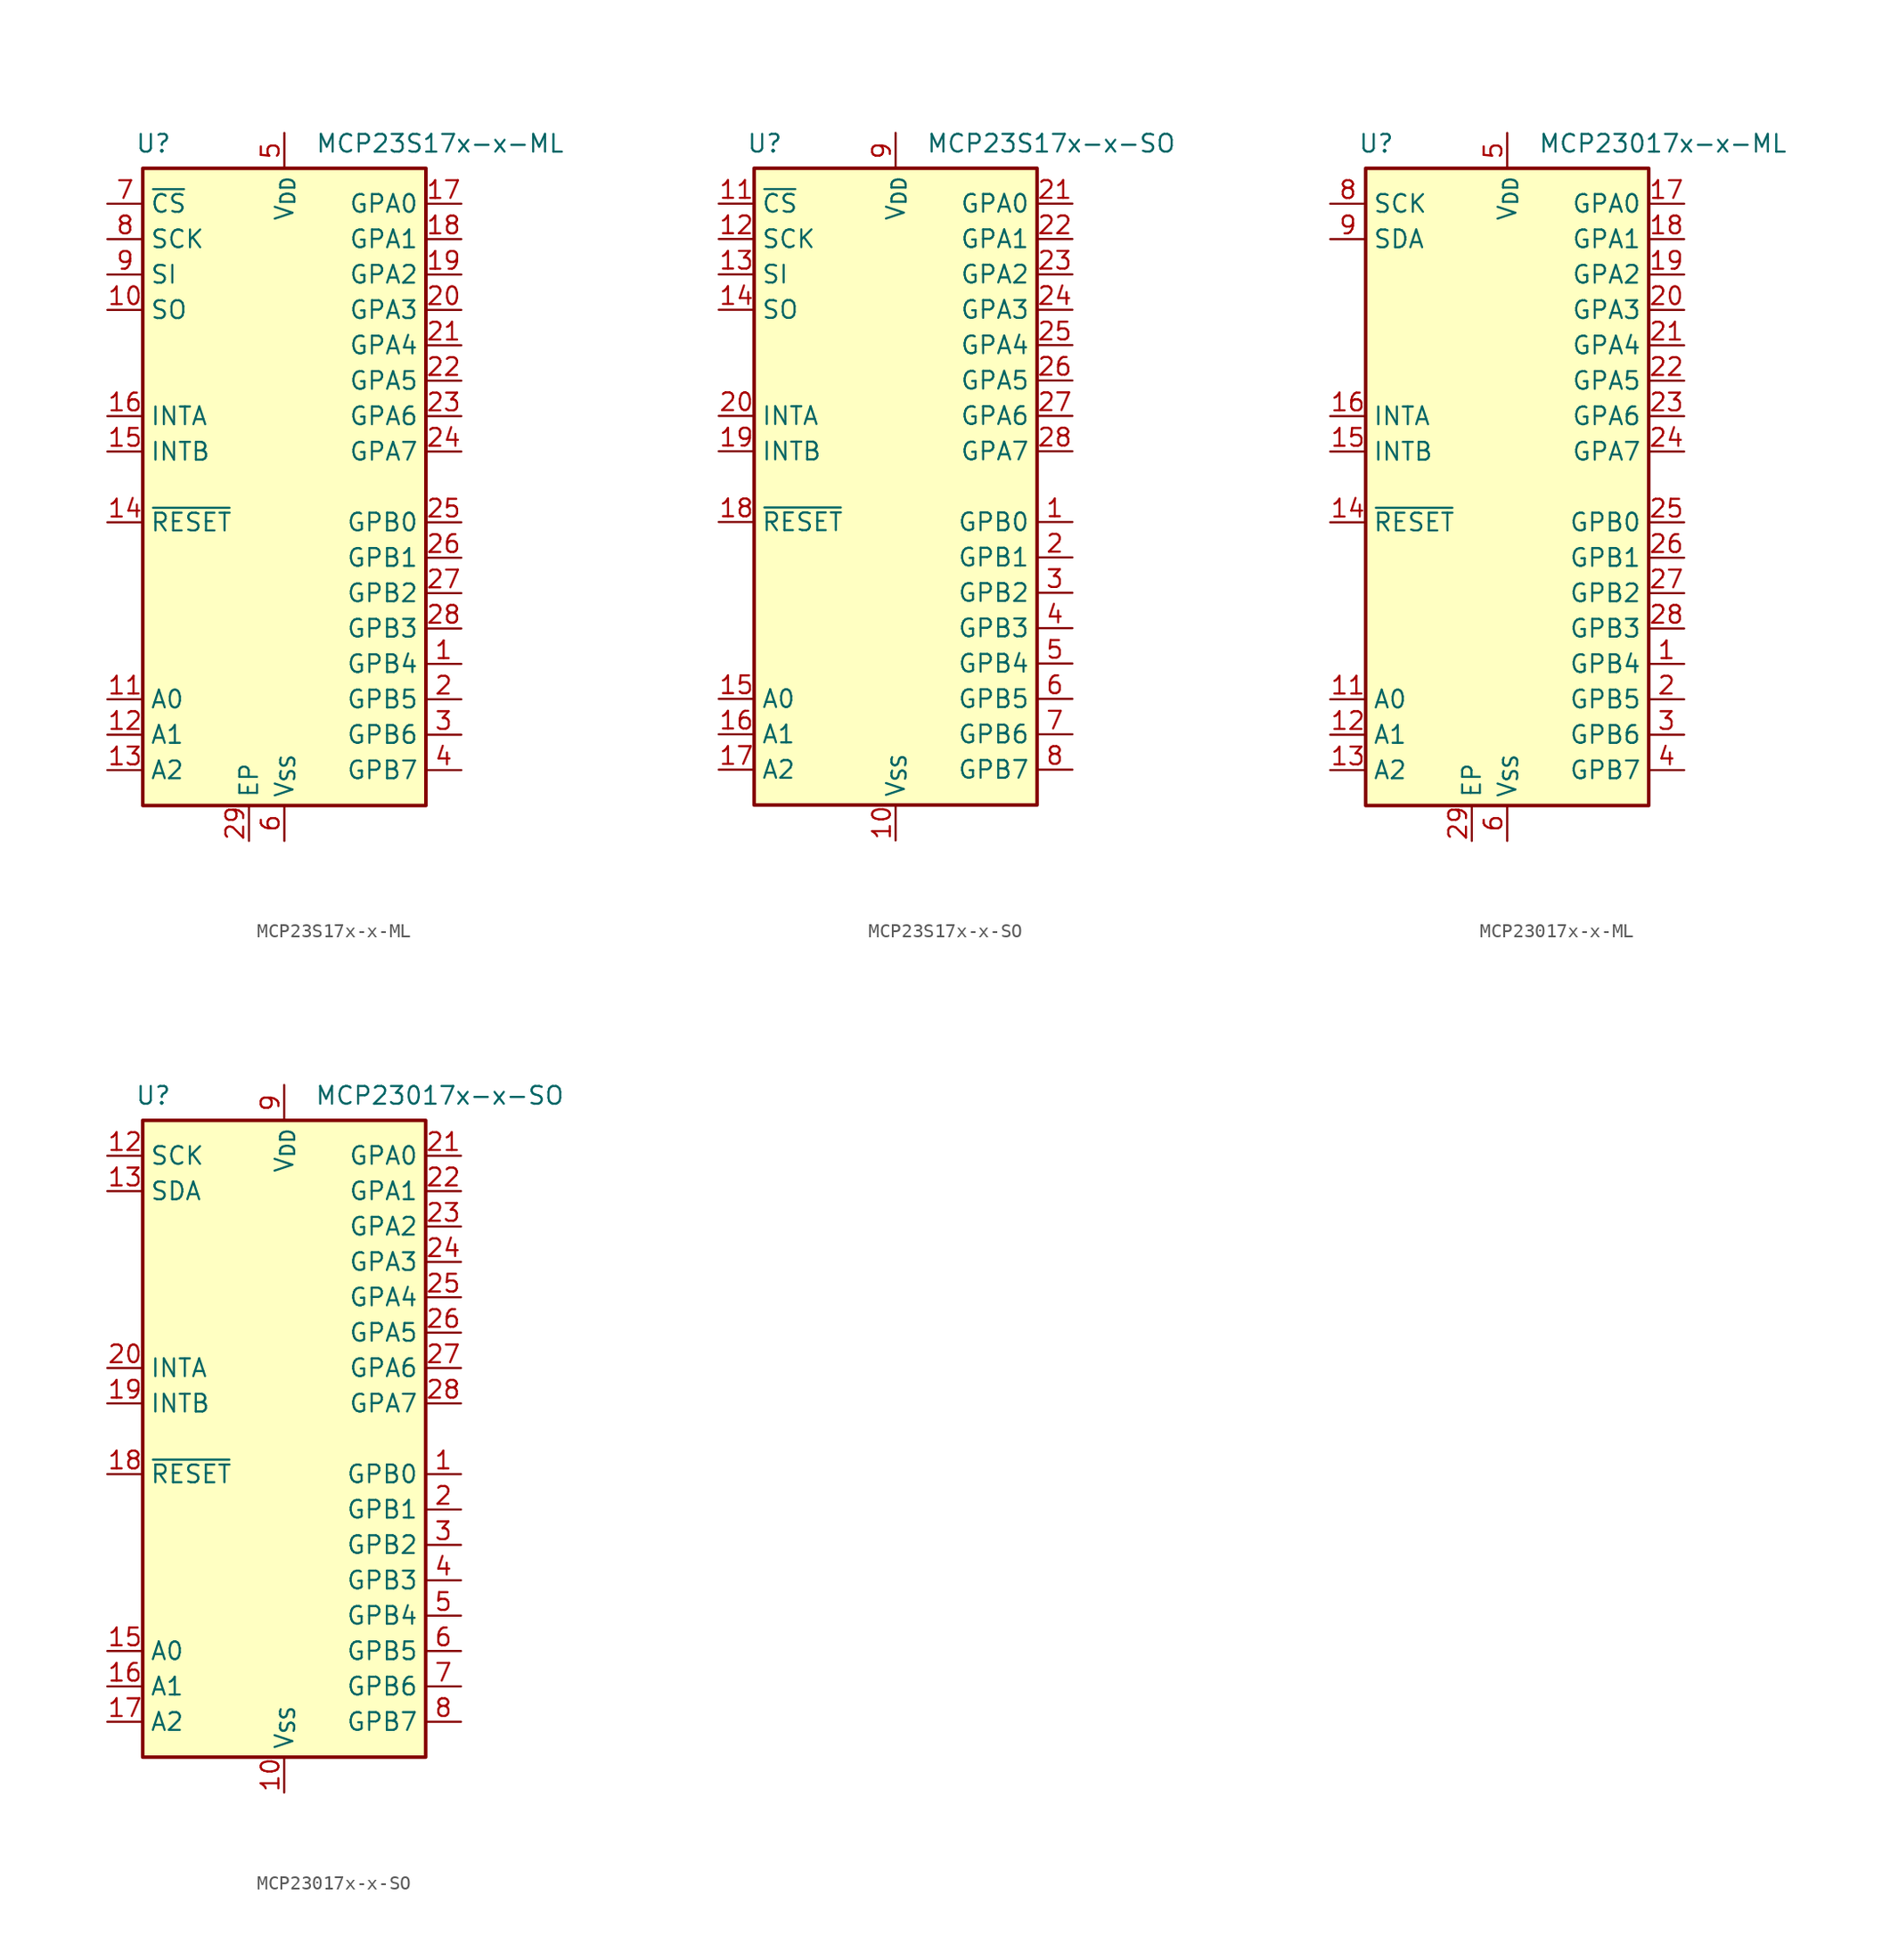
<source format=kicad_sym>
(kicad_symbol_lib
  (version 20241209)
  (generator "kicad_symbol_editor")
  (generator_version "9.0")
  (symbol "MCP23S17x-x-ML"
    (property "Reference" "U"
      (at -9.398 24.638 0)
      (effects (font (size 1.27 1.27))))
    (property "Value" "MCP23S17x-x-ML"
      (at 11.176 24.638 0)
      (effects (font (size 1.27 1.27))))
    (symbol "MCP23S17x-x-ML_0_1"
      (rectangle (start -10.16 22.86) (end 10.16 -22.86) (stroke (width 0.254) (type default)) (fill (type background))))
    (symbol "MCP23S17x-x-ML_1_1"
      (pin input line (at -12.7 20.32 0) (length 2.54) (name "~{CS}" (effects (font (size 1.27 1.27)))) (number "7" (effects (font (size 1.27 1.27)))))
      (pin input line (at -12.7 17.78 0) (length 2.54) (name "SCK" (effects (font (size 1.27 1.27)))) (number "8" (effects (font (size 1.27 1.27)))))
      (pin input line (at -12.7 15.24 0) (length 2.54) (name "SI" (effects (font (size 1.27 1.27)))) (number "9" (effects (font (size 1.27 1.27)))))
      (pin output line (at -12.7 12.7 0) (length 2.54) (name "SO" (effects (font (size 1.27 1.27)))) (number "10" (effects (font (size 1.27 1.27)))))
      (pin tri_state line (at -12.7 5.08 0) (length 2.54) (name "INTA" (effects (font (size 1.27 1.27)))) (number "16" (effects (font (size 1.27 1.27)))))
      (pin tri_state line (at -12.7 2.54 0) (length 2.54) (name "INTB" (effects (font (size 1.27 1.27)))) (number "15" (effects (font (size 1.27 1.27)))))
      (pin input line (at -12.7 -2.54 0) (length 2.54) (name "~{RESET}" (effects (font (size 1.27 1.27)))) (number "14" (effects (font (size 1.27 1.27)))))
      (pin input line (at -12.7 -15.24 0) (length 2.54) (name "A0" (effects (font (size 1.27 1.27)))) (number "11" (effects (font (size 1.27 1.27)))))
      (pin input line (at -12.7 -17.78 0) (length 2.54) (name "A1" (effects (font (size 1.27 1.27)))) (number "12" (effects (font (size 1.27 1.27)))))
      (pin input line (at -12.7 -20.32 0) (length 2.54) (name "A2" (effects (font (size 1.27 1.27)))) (number "13" (effects (font (size 1.27 1.27)))))
      (pin passive line (at -2.54 -25.4 90) (length 2.54) (name "EP" (effects (font (size 1.27 1.27)))) (number "29" (effects (font (size 1.27 1.27)))))
      (pin power_in line (at 0 25.4 270) (length 2.54) (name "V_{DD}" (effects (font (size 1.27 1.27)))) (number "5" (effects (font (size 1.27 1.27)))))
      (pin power_in line (at 0 -25.4 90) (length 2.54) (name "V_{SS}" (effects (font (size 1.27 1.27)))) (number "6" (effects (font (size 1.27 1.27)))))
      (pin bidirectional line (at 12.7 20.32 180) (length 2.54) (name "GPA0" (effects (font (size 1.27 1.27)))) (number "17" (effects (font (size 1.27 1.27)))))
      (pin bidirectional line (at 12.7 17.78 180) (length 2.54) (name "GPA1" (effects (font (size 1.27 1.27)))) (number "18" (effects (font (size 1.27 1.27)))))
      (pin bidirectional line (at 12.7 15.24 180) (length 2.54) (name "GPA2" (effects (font (size 1.27 1.27)))) (number "19" (effects (font (size 1.27 1.27)))))
      (pin bidirectional line (at 12.7 12.7 180) (length 2.54) (name "GPA3" (effects (font (size 1.27 1.27)))) (number "20" (effects (font (size 1.27 1.27)))))
      (pin bidirectional line (at 12.7 10.16 180) (length 2.54) (name "GPA4" (effects (font (size 1.27 1.27)))) (number "21" (effects (font (size 1.27 1.27)))))
      (pin bidirectional line (at 12.7 7.62 180) (length 2.54) (name "GPA5" (effects (font (size 1.27 1.27)))) (number "22" (effects (font (size 1.27 1.27)))))
      (pin bidirectional line (at 12.7 5.08 180) (length 2.54) (name "GPA6" (effects (font (size 1.27 1.27)))) (number "23" (effects (font (size 1.27 1.27)))))
      (pin bidirectional line (at 12.7 2.54 180) (length 2.54) (name "GPA7" (effects (font (size 1.27 1.27)))) (number "24" (effects (font (size 1.27 1.27)))))
      (pin bidirectional line (at 12.7 -2.54 180) (length 2.54) (name "GPB0" (effects (font (size 1.27 1.27)))) (number "25" (effects (font (size 1.27 1.27)))))
      (pin bidirectional line (at 12.7 -5.08 180) (length 2.54) (name "GPB1" (effects (font (size 1.27 1.27)))) (number "26" (effects (font (size 1.27 1.27)))))
      (pin bidirectional line (at 12.7 -7.62 180) (length 2.54) (name "GPB2" (effects (font (size 1.27 1.27)))) (number "27" (effects (font (size 1.27 1.27)))))
      (pin bidirectional line (at 12.7 -10.16 180) (length 2.54) (name "GPB3" (effects (font (size 1.27 1.27)))) (number "28" (effects (font (size 1.27 1.27)))))
      (pin bidirectional line (at 12.7 -12.7 180) (length 2.54) (name "GPB4" (effects (font (size 1.27 1.27)))) (number "1" (effects (font (size 1.27 1.27)))))
      (pin bidirectional line (at 12.7 -15.24 180) (length 2.54) (name "GPB5" (effects (font (size 1.27 1.27)))) (number "2" (effects (font (size 1.27 1.27)))))
      (pin bidirectional line (at 12.7 -17.78 180) (length 2.54) (name "GPB6" (effects (font (size 1.27 1.27)))) (number "3" (effects (font (size 1.27 1.27)))))
      (pin bidirectional line (at 12.7 -20.32 180) (length 2.54) (name "GPB7" (effects (font (size 1.27 1.27)))) (number "4" (effects (font (size 1.27 1.27)))))))
  (symbol "MCP23S17x-x-SO"
    (property "Reference" "U"
      (at -9.398 24.638 0)
      (effects (font (size 1.27 1.27))))
    (property "Value" "MCP23S17x-x-SO"
      (at 11.176 24.638 0)
      (effects (font (size 1.27 1.27))))
    (symbol "MCP23S17x-x-SO_0_1"
      (rectangle (start -10.16 22.86) (end 10.16 -22.86) (stroke (width 0.254) (type default)) (fill (type background))))
    (symbol "MCP23S17x-x-SO_1_1"
      (pin input line (at -12.7 20.32 0) (length 2.54) (name "~{CS}" (effects (font (size 1.27 1.27)))) (number "11" (effects (font (size 1.27 1.27)))))
      (pin input line (at -12.7 17.78 0) (length 2.54) (name "SCK" (effects (font (size 1.27 1.27)))) (number "12" (effects (font (size 1.27 1.27)))))
      (pin input line (at -12.7 15.24 0) (length 2.54) (name "SI" (effects (font (size 1.27 1.27)))) (number "13" (effects (font (size 1.27 1.27)))))
      (pin output line (at -12.7 12.7 0) (length 2.54) (name "SO" (effects (font (size 1.27 1.27)))) (number "14" (effects (font (size 1.27 1.27)))))
      (pin tri_state line (at -12.7 5.08 0) (length 2.54) (name "INTA" (effects (font (size 1.27 1.27)))) (number "20" (effects (font (size 1.27 1.27)))))
      (pin tri_state line (at -12.7 2.54 0) (length 2.54) (name "INTB" (effects (font (size 1.27 1.27)))) (number "19" (effects (font (size 1.27 1.27)))))
      (pin input line (at -12.7 -2.54 0) (length 2.54) (name "~{RESET}" (effects (font (size 1.27 1.27)))) (number "18" (effects (font (size 1.27 1.27)))))
      (pin input line (at -12.7 -15.24 0) (length 2.54) (name "A0" (effects (font (size 1.27 1.27)))) (number "15" (effects (font (size 1.27 1.27)))))
      (pin input line (at -12.7 -17.78 0) (length 2.54) (name "A1" (effects (font (size 1.27 1.27)))) (number "16" (effects (font (size 1.27 1.27)))))
      (pin input line (at -12.7 -20.32 0) (length 2.54) (name "A2" (effects (font (size 1.27 1.27)))) (number "17" (effects (font (size 1.27 1.27)))))
      (pin power_in line (at 0 25.4 270) (length 2.54) (name "V_{DD}" (effects (font (size 1.27 1.27)))) (number "9" (effects (font (size 1.27 1.27)))))
      (pin power_in line (at 0 -25.4 90) (length 2.54) (name "V_{SS}" (effects (font (size 1.27 1.27)))) (number "10" (effects (font (size 1.27 1.27)))))
      (pin bidirectional line (at 12.7 20.32 180) (length 2.54) (name "GPA0" (effects (font (size 1.27 1.27)))) (number "21" (effects (font (size 1.27 1.27)))))
      (pin bidirectional line (at 12.7 17.78 180) (length 2.54) (name "GPA1" (effects (font (size 1.27 1.27)))) (number "22" (effects (font (size 1.27 1.27)))))
      (pin bidirectional line (at 12.7 15.24 180) (length 2.54) (name "GPA2" (effects (font (size 1.27 1.27)))) (number "23" (effects (font (size 1.27 1.27)))))
      (pin bidirectional line (at 12.7 12.7 180) (length 2.54) (name "GPA3" (effects (font (size 1.27 1.27)))) (number "24" (effects (font (size 1.27 1.27)))))
      (pin bidirectional line (at 12.7 10.16 180) (length 2.54) (name "GPA4" (effects (font (size 1.27 1.27)))) (number "25" (effects (font (size 1.27 1.27)))))
      (pin bidirectional line (at 12.7 7.62 180) (length 2.54) (name "GPA5" (effects (font (size 1.27 1.27)))) (number "26" (effects (font (size 1.27 1.27)))))
      (pin bidirectional line (at 12.7 5.08 180) (length 2.54) (name "GPA6" (effects (font (size 1.27 1.27)))) (number "27" (effects (font (size 1.27 1.27)))))
      (pin bidirectional line (at 12.7 2.54 180) (length 2.54) (name "GPA7" (effects (font (size 1.27 1.27)))) (number "28" (effects (font (size 1.27 1.27)))))
      (pin bidirectional line (at 12.7 -2.54 180) (length 2.54) (name "GPB0" (effects (font (size 1.27 1.27)))) (number "1" (effects (font (size 1.27 1.27)))))
      (pin bidirectional line (at 12.7 -5.08 180) (length 2.54) (name "GPB1" (effects (font (size 1.27 1.27)))) (number "2" (effects (font (size 1.27 1.27)))))
      (pin bidirectional line (at 12.7 -7.62 180) (length 2.54) (name "GPB2" (effects (font (size 1.27 1.27)))) (number "3" (effects (font (size 1.27 1.27)))))
      (pin bidirectional line (at 12.7 -10.16 180) (length 2.54) (name "GPB3" (effects (font (size 1.27 1.27)))) (number "4" (effects (font (size 1.27 1.27)))))
      (pin bidirectional line (at 12.7 -12.7 180) (length 2.54) (name "GPB4" (effects (font (size 1.27 1.27)))) (number "5" (effects (font (size 1.27 1.27)))))
      (pin bidirectional line (at 12.7 -15.24 180) (length 2.54) (name "GPB5" (effects (font (size 1.27 1.27)))) (number "6" (effects (font (size 1.27 1.27)))))
      (pin bidirectional line (at 12.7 -17.78 180) (length 2.54) (name "GPB6" (effects (font (size 1.27 1.27)))) (number "7" (effects (font (size 1.27 1.27)))))
      (pin bidirectional line (at 12.7 -20.32 180) (length 2.54) (name "GPB7" (effects (font (size 1.27 1.27)))) (number "8" (effects (font (size 1.27 1.27)))))))
  (symbol "MCP23017x-x-ML"
    (property "Reference" "U"
      (at -9.398 24.638 0)
      (effects (font (size 1.27 1.27))))
    (property "Value" "MCP23017x-x-ML"
      (at 11.176 24.638 0)
      (effects (font (size 1.27 1.27))))
    (symbol "MCP23017x-x-ML_0_1"
      (rectangle (start -10.16 22.86) (end 10.16 -22.86) (stroke (width 0.254) (type default)) (fill (type background))))
    (symbol "MCP23017x-x-ML_1_1"
      (pin input line (at -12.7 20.32 0) (length 2.54) (name "SCK" (effects (font (size 1.27 1.27)))) (number "8" (effects (font (size 1.27 1.27)))))
      (pin bidirectional line (at -12.7 17.78 0) (length 2.54) (name "SDA" (effects (font (size 1.27 1.27)))) (number "9" (effects (font (size 1.27 1.27)))))
      (pin tri_state line (at -12.7 5.08 0) (length 2.54) (name "INTA" (effects (font (size 1.27 1.27)))) (number "16" (effects (font (size 1.27 1.27)))))
      (pin tri_state line (at -12.7 2.54 0) (length 2.54) (name "INTB" (effects (font (size 1.27 1.27)))) (number "15" (effects (font (size 1.27 1.27)))))
      (pin input line (at -12.7 -2.54 0) (length 2.54) (name "~{RESET}" (effects (font (size 1.27 1.27)))) (number "14" (effects (font (size 1.27 1.27)))))
      (pin input line (at -12.7 -15.24 0) (length 2.54) (name "A0" (effects (font (size 1.27 1.27)))) (number "11" (effects (font (size 1.27 1.27)))))
      (pin input line (at -12.7 -17.78 0) (length 2.54) (name "A1" (effects (font (size 1.27 1.27)))) (number "12" (effects (font (size 1.27 1.27)))))
      (pin input line (at -12.7 -20.32 0) (length 2.54) (name "A2" (effects (font (size 1.27 1.27)))) (number "13" (effects (font (size 1.27 1.27)))))
      (pin no_connect line (at -10.16 15.24 0) (length 2.54) (hide yes) (name "NC" (effects (font (size 1.27 1.27)))) (number "7" (effects (font (size 1.27 1.27)))))
      (pin no_connect line (at -10.16 12.7 0) (length 2.54) (hide yes) (name "NC" (effects (font (size 1.27 1.27)))) (number "10" (effects (font (size 1.27 1.27)))))
      (pin passive line (at -2.54 -25.4 90) (length 2.54) (name "EP" (effects (font (size 1.27 1.27)))) (number "29" (effects (font (size 1.27 1.27)))))
      (pin power_in line (at 0 25.4 270) (length 2.54) (name "V_{DD}" (effects (font (size 1.27 1.27)))) (number "5" (effects (font (size 1.27 1.27)))))
      (pin power_in line (at 0 -25.4 90) (length 2.54) (name "V_{SS}" (effects (font (size 1.27 1.27)))) (number "6" (effects (font (size 1.27 1.27)))))
      (pin bidirectional line (at 12.7 20.32 180) (length 2.54) (name "GPA0" (effects (font (size 1.27 1.27)))) (number "17" (effects (font (size 1.27 1.27)))))
      (pin bidirectional line (at 12.7 17.78 180) (length 2.54) (name "GPA1" (effects (font (size 1.27 1.27)))) (number "18" (effects (font (size 1.27 1.27)))))
      (pin bidirectional line (at 12.7 15.24 180) (length 2.54) (name "GPA2" (effects (font (size 1.27 1.27)))) (number "19" (effects (font (size 1.27 1.27)))))
      (pin bidirectional line (at 12.7 12.7 180) (length 2.54) (name "GPA3" (effects (font (size 1.27 1.27)))) (number "20" (effects (font (size 1.27 1.27)))))
      (pin bidirectional line (at 12.7 10.16 180) (length 2.54) (name "GPA4" (effects (font (size 1.27 1.27)))) (number "21" (effects (font (size 1.27 1.27)))))
      (pin bidirectional line (at 12.7 7.62 180) (length 2.54) (name "GPA5" (effects (font (size 1.27 1.27)))) (number "22" (effects (font (size 1.27 1.27)))))
      (pin bidirectional line (at 12.7 5.08 180) (length 2.54) (name "GPA6" (effects (font (size 1.27 1.27)))) (number "23" (effects (font (size 1.27 1.27)))))
      (pin output line (at 12.7 2.54 180) (length 2.54) (name "GPA7" (effects (font (size 1.27 1.27)))) (number "24" (effects (font (size 1.27 1.27)))))
      (pin bidirectional line (at 12.7 -2.54 180) (length 2.54) (name "GPB0" (effects (font (size 1.27 1.27)))) (number "25" (effects (font (size 1.27 1.27)))))
      (pin bidirectional line (at 12.7 -5.08 180) (length 2.54) (name "GPB1" (effects (font (size 1.27 1.27)))) (number "26" (effects (font (size 1.27 1.27)))))
      (pin bidirectional line (at 12.7 -7.62 180) (length 2.54) (name "GPB2" (effects (font (size 1.27 1.27)))) (number "27" (effects (font (size 1.27 1.27)))))
      (pin bidirectional line (at 12.7 -10.16 180) (length 2.54) (name "GPB3" (effects (font (size 1.27 1.27)))) (number "28" (effects (font (size 1.27 1.27)))))
      (pin bidirectional line (at 12.7 -12.7 180) (length 2.54) (name "GPB4" (effects (font (size 1.27 1.27)))) (number "1" (effects (font (size 1.27 1.27)))))
      (pin bidirectional line (at 12.7 -15.24 180) (length 2.54) (name "GPB5" (effects (font (size 1.27 1.27)))) (number "2" (effects (font (size 1.27 1.27)))))
      (pin bidirectional line (at 12.7 -17.78 180) (length 2.54) (name "GPB6" (effects (font (size 1.27 1.27)))) (number "3" (effects (font (size 1.27 1.27)))))
      (pin output line (at 12.7 -20.32 180) (length 2.54) (name "GPB7" (effects (font (size 1.27 1.27)))) (number "4" (effects (font (size 1.27 1.27)))))))
  (symbol "MCP23017x-x-SO"
    (property "Reference" "U"
      (at -9.398 24.638 0)
      (effects (font (size 1.27 1.27))))
    (property "Value" "MCP23017x-x-SO"
      (at 11.176 24.638 0)
      (effects (font (size 1.27 1.27))))
    (symbol "MCP23017x-x-SO_0_1"
      (rectangle (start -10.16 22.86) (end 10.16 -22.86) (stroke (width 0.254) (type default)) (fill (type background))))
    (symbol "MCP23017x-x-SO_1_1"
      (pin input line (at -12.7 20.32 0) (length 2.54) (name "SCK" (effects (font (size 1.27 1.27)))) (number "12" (effects (font (size 1.27 1.27)))))
      (pin bidirectional line (at -12.7 17.78 0) (length 2.54) (name "SDA" (effects (font (size 1.27 1.27)))) (number "13" (effects (font (size 1.27 1.27)))))
      (pin tri_state line (at -12.7 5.08 0) (length 2.54) (name "INTA" (effects (font (size 1.27 1.27)))) (number "20" (effects (font (size 1.27 1.27)))))
      (pin tri_state line (at -12.7 2.54 0) (length 2.54) (name "INTB" (effects (font (size 1.27 1.27)))) (number "19" (effects (font (size 1.27 1.27)))))
      (pin input line (at -12.7 -2.54 0) (length 2.54) (name "~{RESET}" (effects (font (size 1.27 1.27)))) (number "18" (effects (font (size 1.27 1.27)))))
      (pin input line (at -12.7 -15.24 0) (length 2.54) (name "A0" (effects (font (size 1.27 1.27)))) (number "15" (effects (font (size 1.27 1.27)))))
      (pin input line (at -12.7 -17.78 0) (length 2.54) (name "A1" (effects (font (size 1.27 1.27)))) (number "16" (effects (font (size 1.27 1.27)))))
      (pin input line (at -12.7 -20.32 0) (length 2.54) (name "A2" (effects (font (size 1.27 1.27)))) (number "17" (effects (font (size 1.27 1.27)))))
      (pin no_connect line (at -10.16 15.24 0) (length 2.54) (hide yes) (name "NC" (effects (font (size 1.27 1.27)))) (number "11" (effects (font (size 1.27 1.27)))))
      (pin no_connect line (at -10.16 12.7 0) (length 2.54) (hide yes) (name "NC" (effects (font (size 1.27 1.27)))) (number "14" (effects (font (size 1.27 1.27)))))
      (pin power_in line (at 0 25.4 270) (length 2.54) (name "V_{DD}" (effects (font (size 1.27 1.27)))) (number "9" (effects (font (size 1.27 1.27)))))
      (pin power_in line (at 0 -25.4 90) (length 2.54) (name "V_{SS}" (effects (font (size 1.27 1.27)))) (number "10" (effects (font (size 1.27 1.27)))))
      (pin bidirectional line (at 12.7 20.32 180) (length 2.54) (name "GPA0" (effects (font (size 1.27 1.27)))) (number "21" (effects (font (size 1.27 1.27)))))
      (pin bidirectional line (at 12.7 17.78 180) (length 2.54) (name "GPA1" (effects (font (size 1.27 1.27)))) (number "22" (effects (font (size 1.27 1.27)))))
      (pin bidirectional line (at 12.7 15.24 180) (length 2.54) (name "GPA2" (effects (font (size 1.27 1.27)))) (number "23" (effects (font (size 1.27 1.27)))))
      (pin bidirectional line (at 12.7 12.7 180) (length 2.54) (name "GPA3" (effects (font (size 1.27 1.27)))) (number "24" (effects (font (size 1.27 1.27)))))
      (pin bidirectional line (at 12.7 10.16 180) (length 2.54) (name "GPA4" (effects (font (size 1.27 1.27)))) (number "25" (effects (font (size 1.27 1.27)))))
      (pin bidirectional line (at 12.7 7.62 180) (length 2.54) (name "GPA5" (effects (font (size 1.27 1.27)))) (number "26" (effects (font (size 1.27 1.27)))))
      (pin bidirectional line (at 12.7 5.08 180) (length 2.54) (name "GPA6" (effects (font (size 1.27 1.27)))) (number "27" (effects (font (size 1.27 1.27)))))
      (pin output line (at 12.7 2.54 180) (length 2.54) (name "GPA7" (effects (font (size 1.27 1.27)))) (number "28" (effects (font (size 1.27 1.27)))))
      (pin bidirectional line (at 12.7 -2.54 180) (length 2.54) (name "GPB0" (effects (font (size 1.27 1.27)))) (number "1" (effects (font (size 1.27 1.27)))))
      (pin bidirectional line (at 12.7 -5.08 180) (length 2.54) (name "GPB1" (effects (font (size 1.27 1.27)))) (number "2" (effects (font (size 1.27 1.27)))))
      (pin bidirectional line (at 12.7 -7.62 180) (length 2.54) (name "GPB2" (effects (font (size 1.27 1.27)))) (number "3" (effects (font (size 1.27 1.27)))))
      (pin bidirectional line (at 12.7 -10.16 180) (length 2.54) (name "GPB3" (effects (font (size 1.27 1.27)))) (number "4" (effects (font (size 1.27 1.27)))))
      (pin bidirectional line (at 12.7 -12.7 180) (length 2.54) (name "GPB4" (effects (font (size 1.27 1.27)))) (number "5" (effects (font (size 1.27 1.27)))))
      (pin bidirectional line (at 12.7 -15.24 180) (length 2.54) (name "GPB5" (effects (font (size 1.27 1.27)))) (number "6" (effects (font (size 1.27 1.27)))))
      (pin bidirectional line (at 12.7 -17.78 180) (length 2.54) (name "GPB6" (effects (font (size 1.27 1.27)))) (number "7" (effects (font (size 1.27 1.27)))))
      (pin output line (at 12.7 -20.32 180) (length 2.54) (name "GPB7" (effects (font (size 1.27 1.27)))) (number "8" (effects (font (size 1.27 1.27))))))))
</source>
